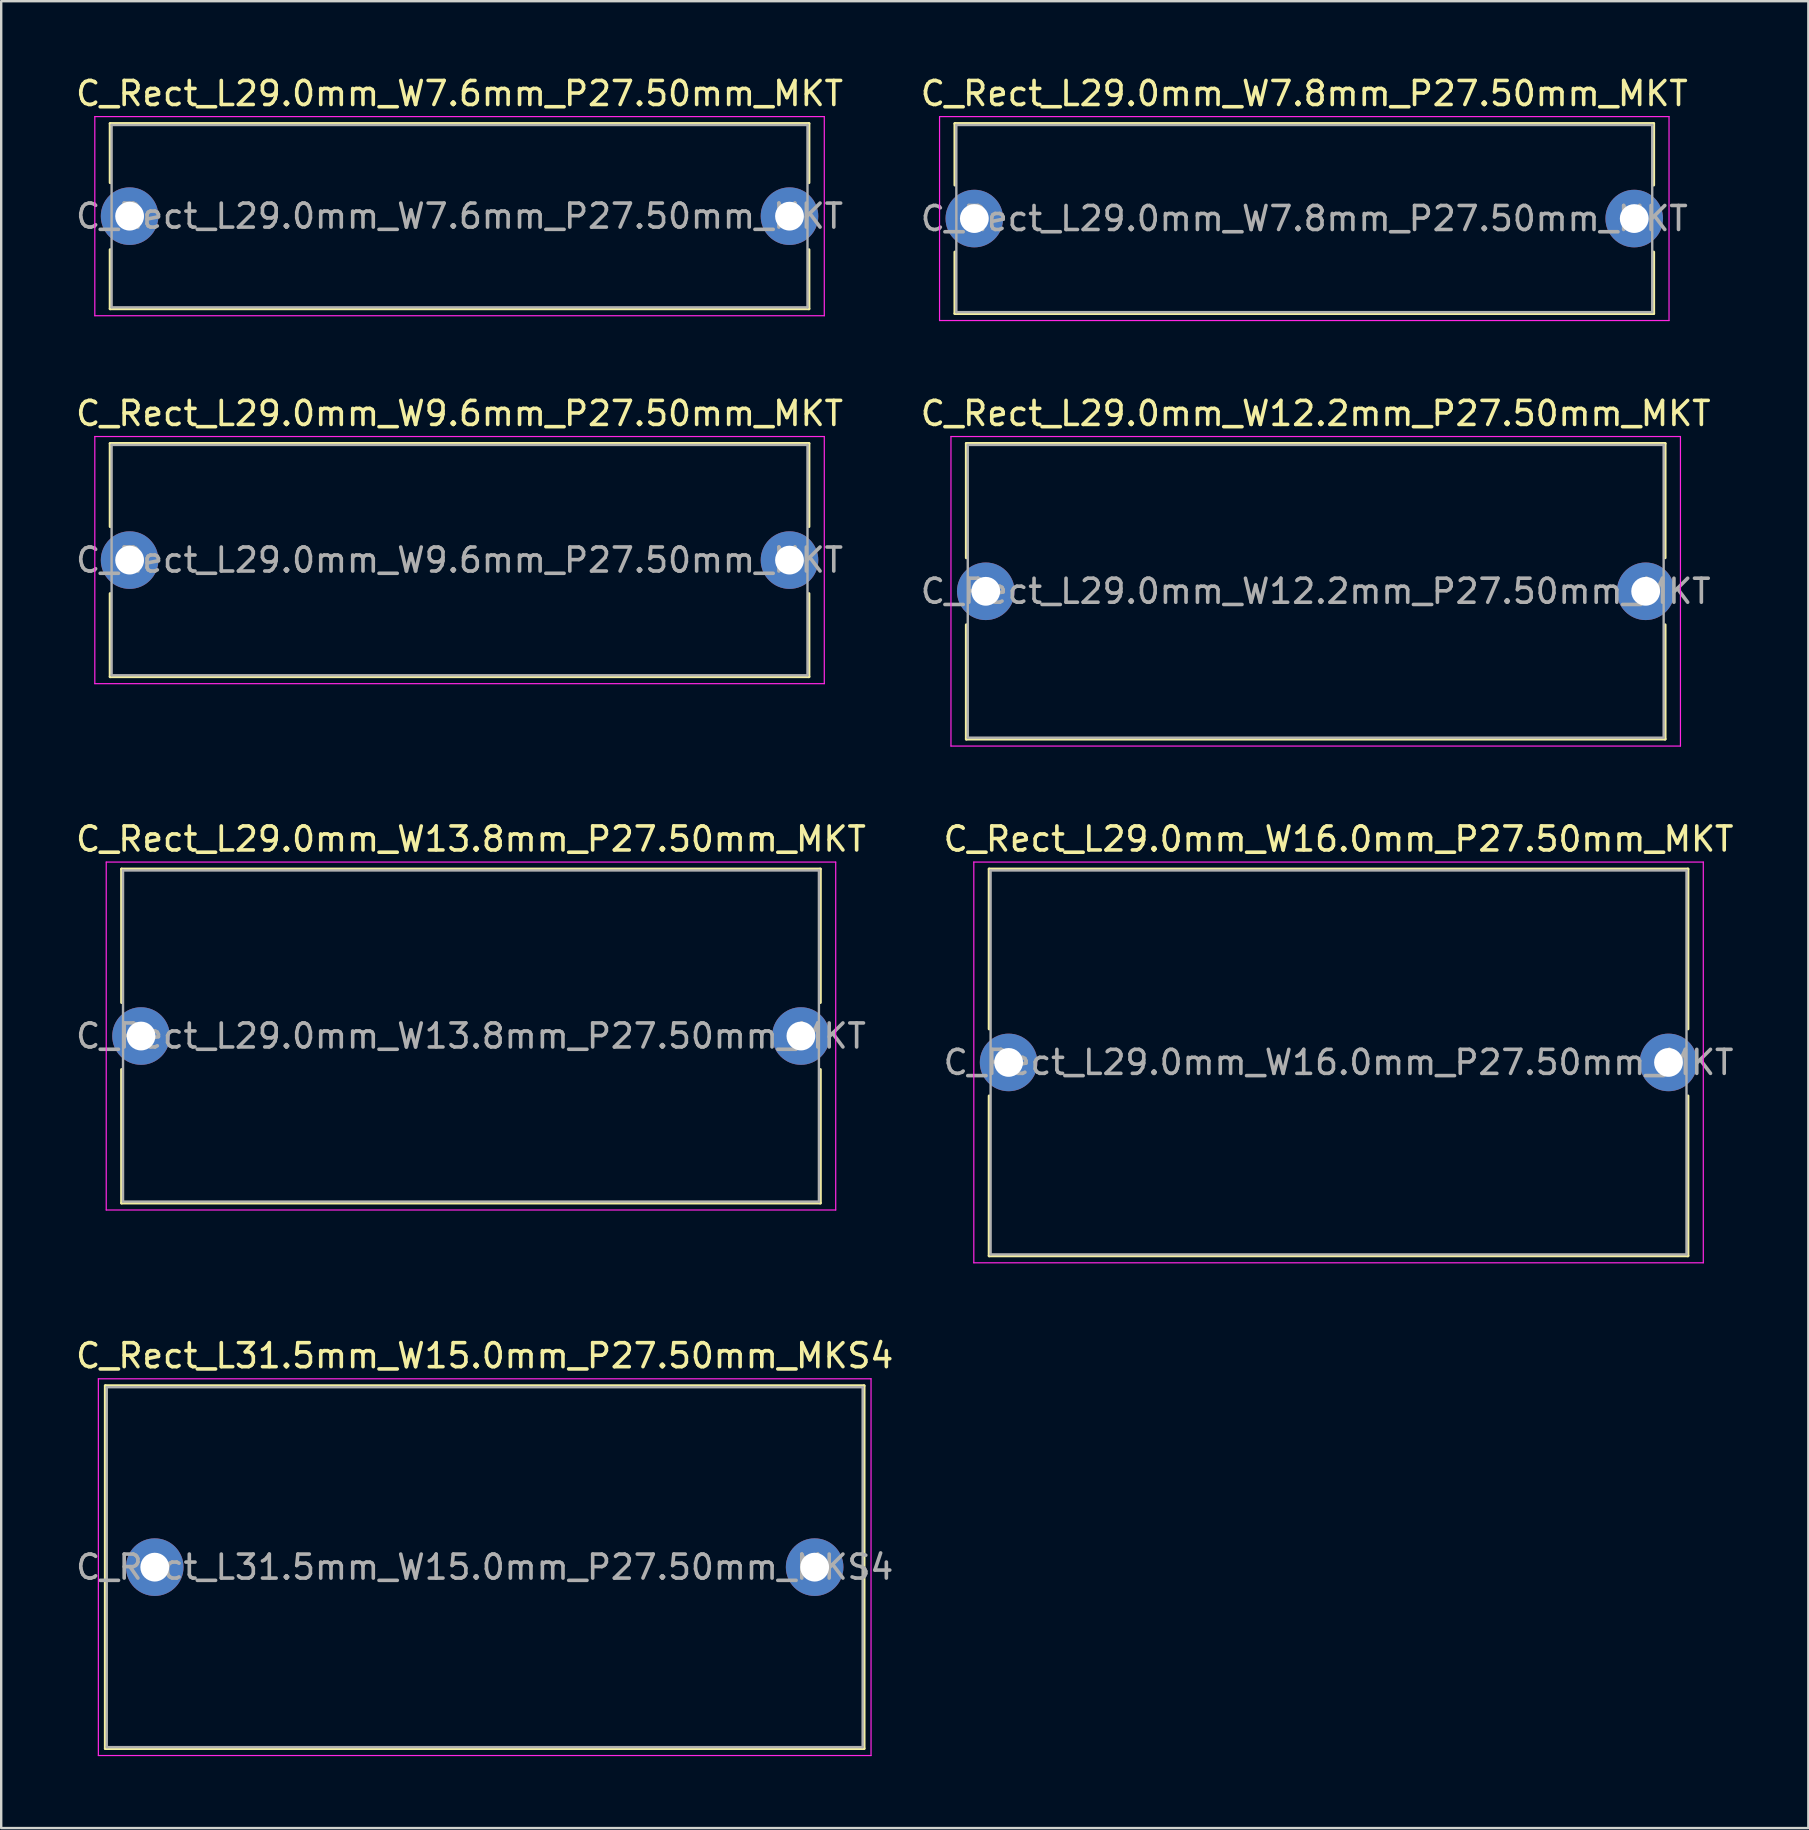
<source format=kicad_pcb>
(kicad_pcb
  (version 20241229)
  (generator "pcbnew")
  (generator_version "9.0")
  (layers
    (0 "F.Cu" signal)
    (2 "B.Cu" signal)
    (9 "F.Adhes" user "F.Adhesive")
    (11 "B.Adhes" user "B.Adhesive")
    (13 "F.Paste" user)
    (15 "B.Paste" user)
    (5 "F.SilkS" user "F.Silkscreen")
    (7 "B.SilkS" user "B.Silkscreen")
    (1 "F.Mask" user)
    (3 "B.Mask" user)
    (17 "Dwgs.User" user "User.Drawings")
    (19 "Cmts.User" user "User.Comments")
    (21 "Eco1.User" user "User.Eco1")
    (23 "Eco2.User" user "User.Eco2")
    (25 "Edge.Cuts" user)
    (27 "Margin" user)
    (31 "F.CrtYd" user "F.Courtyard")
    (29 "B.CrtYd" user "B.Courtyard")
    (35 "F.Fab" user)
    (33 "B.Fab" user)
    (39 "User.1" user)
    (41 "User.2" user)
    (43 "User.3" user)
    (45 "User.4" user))
  (footprint "C_Rect_L29.0mm_W7.8mm_P27.50mm_MKT"
    (layer "F.Cu")
    (at 37.554 6.058)
    (property "Reference" "C_Rect_L29.0mm_W7.8mm_P27.50mm_MKT" (at 13.75 -5.21 0) (layer "F.SilkS") (effects (font (size 1 1) (thickness 0.15))))
    (attr through_hole)
    (fp_line (start -0.81 -3.96) (end -0.81 -1.395) (stroke (width 0.12) (type solid)) (layer "F.SilkS"))
    (fp_line (start -0.81 -3.96) (end 28.31 -3.96) (stroke (width 0.12) (type solid)) (layer "F.SilkS"))
    (fp_line (start -0.81 1.395) (end -0.81 3.96) (stroke (width 0.12) (type solid)) (layer "F.SilkS"))
    (fp_line (start -0.81 3.96) (end 28.31 3.96) (stroke (width 0.12) (type solid)) (layer "F.SilkS"))
    (fp_line (start 28.31 -3.96) (end 28.31 -1.395) (stroke (width 0.12) (type solid)) (layer "F.SilkS"))
    (fp_line (start 28.31 1.395) (end 28.31 3.96) (stroke (width 0.12) (type solid)) (layer "F.SilkS"))
    (fp_line (start -1.45 -4.25) (end -1.45 4.25) (stroke (width 0.05) (type solid)) (layer "F.CrtYd"))
    (fp_line (start -1.45 4.25) (end 28.95 4.25) (stroke (width 0.05) (type solid)) (layer "F.CrtYd"))
    (fp_line (start 28.95 -4.25) (end -1.45 -4.25) (stroke (width 0.05) (type solid)) (layer "F.CrtYd"))
    (fp_line (start 28.95 4.25) (end 28.95 -4.25) (stroke (width 0.05) (type solid)) (layer "F.CrtYd"))
    (fp_line (start -0.75 -3.9) (end -0.75 3.9) (stroke (width 0.1) (type solid)) (layer "F.Fab"))
    (fp_line (start -0.75 3.9) (end 28.25 3.9) (stroke (width 0.1) (type solid)) (layer "F.Fab"))
    (fp_line (start 28.25 -3.9) (end -0.75 -3.9) (stroke (width 0.1) (type solid)) (layer "F.Fab"))
    (fp_line (start 28.25 3.9) (end 28.25 -3.9) (stroke (width 0.1) (type solid)) (layer "F.Fab"))
    (fp_text user "${REFERENCE}" (at 13.75 0 0) (layer "F.Fab") (effects (font (size 1 1) (thickness 0.15))))
    (pad "1" thru_hole circle (at 0 0) (size 2.4 2.4) (drill 1.2) (layers "*.Cu" "*.Mask"))
    (pad "2" thru_hole circle (at 27.5 0) (size 2.4 2.4) (drill 1.2) (layers "*.Cu" "*.Mask")))
  (footprint "C_Rect_L29.0mm_W12.2mm_P27.50mm_MKT"
    (layer "F.Cu")
    (at 38.03 21.591)
    (property "Reference" "C_Rect_L29.0mm_W12.2mm_P27.50mm_MKT" (at 13.75 -7.41 0) (layer "F.SilkS") (effects (font (size 1 1) (thickness 0.15))))
    (attr through_hole)
    (fp_line (start -0.81 -6.16) (end -0.81 -1.395) (stroke (width 0.12) (type solid)) (layer "F.SilkS"))
    (fp_line (start -0.81 -6.16) (end 28.31 -6.16) (stroke (width 0.12) (type solid)) (layer "F.SilkS"))
    (fp_line (start -0.81 1.395) (end -0.81 6.16) (stroke (width 0.12) (type solid)) (layer "F.SilkS"))
    (fp_line (start -0.81 6.16) (end 28.31 6.16) (stroke (width 0.12) (type solid)) (layer "F.SilkS"))
    (fp_line (start 28.31 -6.16) (end 28.31 -1.395) (stroke (width 0.12) (type solid)) (layer "F.SilkS"))
    (fp_line (start 28.31 1.395) (end 28.31 6.16) (stroke (width 0.12) (type solid)) (layer "F.SilkS"))
    (fp_line (start -1.45 -6.45) (end -1.45 6.45) (stroke (width 0.05) (type solid)) (layer "F.CrtYd"))
    (fp_line (start -1.45 6.45) (end 28.95 6.45) (stroke (width 0.05) (type solid)) (layer "F.CrtYd"))
    (fp_line (start 28.95 -6.45) (end -1.45 -6.45) (stroke (width 0.05) (type solid)) (layer "F.CrtYd"))
    (fp_line (start 28.95 6.45) (end 28.95 -6.45) (stroke (width 0.05) (type solid)) (layer "F.CrtYd"))
    (fp_line (start -0.75 -6.1) (end -0.75 6.1) (stroke (width 0.1) (type solid)) (layer "F.Fab"))
    (fp_line (start -0.75 6.1) (end 28.25 6.1) (stroke (width 0.1) (type solid)) (layer "F.Fab"))
    (fp_line (start 28.25 -6.1) (end -0.75 -6.1) (stroke (width 0.1) (type solid)) (layer "F.Fab"))
    (fp_line (start 28.25 6.1) (end 28.25 -6.1) (stroke (width 0.1) (type solid)) (layer "F.Fab"))
    (fp_text user "${REFERENCE}" (at 13.75 0 0) (layer "F.Fab") (effects (font (size 1 1) (thickness 0.15))))
    (pad "1" thru_hole circle (at 0 0) (size 2.4 2.4) (drill 1.2) (layers "*.Cu" "*.Mask"))
    (pad "2" thru_hole circle (at 27.5 0) (size 2.4 2.4) (drill 1.2) (layers "*.Cu" "*.Mask")))
  (footprint "C_Rect_L31.5mm_W15.0mm_P27.50mm_MKS4"
    (layer "F.Cu")
    (at 3.399 62.258)
    (property "Reference" "C_Rect_L31.5mm_W15.0mm_P27.50mm_MKS4" (at 13.75 -8.81 0) (layer "F.SilkS") (effects (font (size 1 1) (thickness 0.15))))
    (attr through_hole)
    (fp_line (start -2.06 -7.56) (end -2.06 7.56) (stroke (width 0.12) (type solid)) (layer "F.SilkS"))
    (fp_line (start -2.06 -7.56) (end 29.56 -7.56) (stroke (width 0.12) (type solid)) (layer "F.SilkS"))
    (fp_line (start -2.06 7.56) (end 29.56 7.56) (stroke (width 0.12) (type solid)) (layer "F.SilkS"))
    (fp_line (start 29.56 -7.56) (end 29.56 7.56) (stroke (width 0.12) (type solid)) (layer "F.SilkS"))
    (fp_line (start -2.35 -7.85) (end -2.35 7.85) (stroke (width 0.05) (type solid)) (layer "F.CrtYd"))
    (fp_line (start -2.35 7.85) (end 29.85 7.85) (stroke (width 0.05) (type solid)) (layer "F.CrtYd"))
    (fp_line (start 29.85 -7.85) (end -2.35 -7.85) (stroke (width 0.05) (type solid)) (layer "F.CrtYd"))
    (fp_line (start 29.85 7.85) (end 29.85 -7.85) (stroke (width 0.05) (type solid)) (layer "F.CrtYd"))
    (fp_line (start -2 -7.5) (end -2 7.5) (stroke (width 0.1) (type solid)) (layer "F.Fab"))
    (fp_line (start -2 7.5) (end 29.5 7.5) (stroke (width 0.1) (type solid)) (layer "F.Fab"))
    (fp_line (start 29.5 -7.5) (end -2 -7.5) (stroke (width 0.1) (type solid)) (layer "F.Fab"))
    (fp_line (start 29.5 7.5) (end 29.5 -7.5) (stroke (width 0.1) (type solid)) (layer "F.Fab"))
    (fp_text user "${REFERENCE}" (at 13.75 0 0) (layer "F.Fab") (effects (font (size 1 1) (thickness 0.15))))
    (pad "1" thru_hole circle (at 0 0) (size 2.4 2.4) (drill 1.2) (layers "*.Cu" "*.Mask"))
    (pad "2" thru_hole circle (at 27.5 0) (size 2.4 2.4) (drill 1.2) (layers "*.Cu" "*.Mask")))
  (footprint "C_Rect_L29.0mm_W13.8mm_P27.50mm_MKT"
    (layer "F.Cu")
    (at 2.827 40.125)
    (property "Reference" "C_Rect_L29.0mm_W13.8mm_P27.50mm_MKT" (at 13.75 -8.21 0) (layer "F.SilkS") (effects (font (size 1 1) (thickness 0.15))))
    (attr through_hole)
    (fp_line (start -0.81 -6.96) (end -0.81 -1.395) (stroke (width 0.12) (type solid)) (layer "F.SilkS"))
    (fp_line (start -0.81 -6.96) (end 28.31 -6.96) (stroke (width 0.12) (type solid)) (layer "F.SilkS"))
    (fp_line (start -0.81 1.395) (end -0.81 6.96) (stroke (width 0.12) (type solid)) (layer "F.SilkS"))
    (fp_line (start -0.81 6.96) (end 28.31 6.96) (stroke (width 0.12) (type solid)) (layer "F.SilkS"))
    (fp_line (start 28.31 -6.96) (end 28.31 -1.395) (stroke (width 0.12) (type solid)) (layer "F.SilkS"))
    (fp_line (start 28.31 1.395) (end 28.31 6.96) (stroke (width 0.12) (type solid)) (layer "F.SilkS"))
    (fp_line (start -1.45 -7.25) (end -1.45 7.25) (stroke (width 0.05) (type solid)) (layer "F.CrtYd"))
    (fp_line (start -1.45 7.25) (end 28.95 7.25) (stroke (width 0.05) (type solid)) (layer "F.CrtYd"))
    (fp_line (start 28.95 -7.25) (end -1.45 -7.25) (stroke (width 0.05) (type solid)) (layer "F.CrtYd"))
    (fp_line (start 28.95 7.25) (end 28.95 -7.25) (stroke (width 0.05) (type solid)) (layer "F.CrtYd"))
    (fp_line (start -0.75 -6.9) (end -0.75 6.9) (stroke (width 0.1) (type solid)) (layer "F.Fab"))
    (fp_line (start -0.75 6.9) (end 28.25 6.9) (stroke (width 0.1) (type solid)) (layer "F.Fab"))
    (fp_line (start 28.25 -6.9) (end -0.75 -6.9) (stroke (width 0.1) (type solid)) (layer "F.Fab"))
    (fp_line (start 28.25 6.9) (end 28.25 -6.9) (stroke (width 0.1) (type solid)) (layer "F.Fab"))
    (fp_text user "${REFERENCE}" (at 13.75 0 0) (layer "F.Fab") (effects (font (size 1 1) (thickness 0.15))))
    (pad "1" thru_hole circle (at 0 0) (size 2.4 2.4) (drill 1.2) (layers "*.Cu" "*.Mask"))
    (pad "2" thru_hole circle (at 27.5 0) (size 2.4 2.4) (drill 1.2) (layers "*.Cu" "*.Mask")))
  (footprint "C_Rect_L29.0mm_W9.6mm_P27.50mm_MKT"
    (layer "F.Cu")
    (at 2.351 20.291)
    (property "Reference" "C_Rect_L29.0mm_W9.6mm_P27.50mm_MKT" (at 13.75 -6.11 0) (layer "F.SilkS") (effects (font (size 1 1) (thickness 0.15))))
    (attr through_hole)
    (fp_line (start -0.81 -4.86) (end -0.81 -1.395) (stroke (width 0.12) (type solid)) (layer "F.SilkS"))
    (fp_line (start -0.81 -4.86) (end 28.31 -4.86) (stroke (width 0.12) (type solid)) (layer "F.SilkS"))
    (fp_line (start -0.81 1.395) (end -0.81 4.86) (stroke (width 0.12) (type solid)) (layer "F.SilkS"))
    (fp_line (start -0.81 4.86) (end 28.31 4.86) (stroke (width 0.12) (type solid)) (layer "F.SilkS"))
    (fp_line (start 28.31 -4.86) (end 28.31 -1.395) (stroke (width 0.12) (type solid)) (layer "F.SilkS"))
    (fp_line (start 28.31 1.395) (end 28.31 4.86) (stroke (width 0.12) (type solid)) (layer "F.SilkS"))
    (fp_line (start -1.45 -5.15) (end -1.45 5.15) (stroke (width 0.05) (type solid)) (layer "F.CrtYd"))
    (fp_line (start -1.45 5.15) (end 28.95 5.15) (stroke (width 0.05) (type solid)) (layer "F.CrtYd"))
    (fp_line (start 28.95 -5.15) (end -1.45 -5.15) (stroke (width 0.05) (type solid)) (layer "F.CrtYd"))
    (fp_line (start 28.95 5.15) (end 28.95 -5.15) (stroke (width 0.05) (type solid)) (layer "F.CrtYd"))
    (fp_line (start -0.75 -4.8) (end -0.75 4.8) (stroke (width 0.1) (type solid)) (layer "F.Fab"))
    (fp_line (start -0.75 4.8) (end 28.25 4.8) (stroke (width 0.1) (type solid)) (layer "F.Fab"))
    (fp_line (start 28.25 -4.8) (end -0.75 -4.8) (stroke (width 0.1) (type solid)) (layer "F.Fab"))
    (fp_line (start 28.25 4.8) (end 28.25 -4.8) (stroke (width 0.1) (type solid)) (layer "F.Fab"))
    (fp_text user "${REFERENCE}" (at 13.75 0 0) (layer "F.Fab") (effects (font (size 1 1) (thickness 0.15))))
    (pad "1" thru_hole circle (at 0 0) (size 2.4 2.4) (drill 1.2) (layers "*.Cu" "*.Mask"))
    (pad "2" thru_hole circle (at 27.5 0) (size 2.4 2.4) (drill 1.2) (layers "*.Cu" "*.Mask")))
  (footprint "C_Rect_L29.0mm_W7.6mm_P27.50mm_MKT"
    (layer "F.Cu")
    (at 2.351 5.958)
    (property "Reference" "C_Rect_L29.0mm_W7.6mm_P27.50mm_MKT" (at 13.75 -5.11 0) (layer "F.SilkS") (effects (font (size 1 1) (thickness 0.15))))
    (attr through_hole)
    (fp_line (start -0.81 -3.86) (end -0.81 -1.395) (stroke (width 0.12) (type solid)) (layer "F.SilkS"))
    (fp_line (start -0.81 -3.86) (end 28.31 -3.86) (stroke (width 0.12) (type solid)) (layer "F.SilkS"))
    (fp_line (start -0.81 1.395) (end -0.81 3.86) (stroke (width 0.12) (type solid)) (layer "F.SilkS"))
    (fp_line (start -0.81 3.86) (end 28.31 3.86) (stroke (width 0.12) (type solid)) (layer "F.SilkS"))
    (fp_line (start 28.31 -3.86) (end 28.31 -1.395) (stroke (width 0.12) (type solid)) (layer "F.SilkS"))
    (fp_line (start 28.31 1.395) (end 28.31 3.86) (stroke (width 0.12) (type solid)) (layer "F.SilkS"))
    (fp_line (start -1.45 -4.15) (end -1.45 4.15) (stroke (width 0.05) (type solid)) (layer "F.CrtYd"))
    (fp_line (start -1.45 4.15) (end 28.95 4.15) (stroke (width 0.05) (type solid)) (layer "F.CrtYd"))
    (fp_line (start 28.95 -4.15) (end -1.45 -4.15) (stroke (width 0.05) (type solid)) (layer "F.CrtYd"))
    (fp_line (start 28.95 4.15) (end 28.95 -4.15) (stroke (width 0.05) (type solid)) (layer "F.CrtYd"))
    (fp_line (start -0.75 -3.8) (end -0.75 3.8) (stroke (width 0.1) (type solid)) (layer "F.Fab"))
    (fp_line (start -0.75 3.8) (end 28.25 3.8) (stroke (width 0.1) (type solid)) (layer "F.Fab"))
    (fp_line (start 28.25 -3.8) (end -0.75 -3.8) (stroke (width 0.1) (type solid)) (layer "F.Fab"))
    (fp_line (start 28.25 3.8) (end 28.25 -3.8) (stroke (width 0.1) (type solid)) (layer "F.Fab"))
    (fp_text user "${REFERENCE}" (at 13.75 0 0) (layer "F.Fab") (effects (font (size 1 1) (thickness 0.15))))
    (pad "1" thru_hole circle (at 0 0) (size 2.4 2.4) (drill 1.2) (layers "*.Cu" "*.Mask"))
    (pad "2" thru_hole circle (at 27.5 0) (size 2.4 2.4) (drill 1.2) (layers "*.Cu" "*.Mask")))
  (footprint "C_Rect_L29.0mm_W16.0mm_P27.50mm_MKT"
    (layer "F.Cu")
    (at 38.982 41.225)
    (property "Reference" "C_Rect_L29.0mm_W16.0mm_P27.50mm_MKT" (at 13.75 -9.31 0) (layer "F.SilkS") (effects (font (size 1 1) (thickness 0.15))))
    (attr through_hole)
    (fp_line (start -0.81 -8.06) (end -0.81 -1.395) (stroke (width 0.12) (type solid)) (layer "F.SilkS"))
    (fp_line (start -0.81 -8.06) (end 28.31 -8.06) (stroke (width 0.12) (type solid)) (layer "F.SilkS"))
    (fp_line (start -0.81 1.395) (end -0.81 8.06) (stroke (width 0.12) (type solid)) (layer "F.SilkS"))
    (fp_line (start -0.81 8.06) (end 28.31 8.06) (stroke (width 0.12) (type solid)) (layer "F.SilkS"))
    (fp_line (start 28.31 -8.06) (end 28.31 -1.395) (stroke (width 0.12) (type solid)) (layer "F.SilkS"))
    (fp_line (start 28.31 1.395) (end 28.31 8.06) (stroke (width 0.12) (type solid)) (layer "F.SilkS"))
    (fp_line (start -1.45 -8.35) (end -1.45 8.35) (stroke (width 0.05) (type solid)) (layer "F.CrtYd"))
    (fp_line (start -1.45 8.35) (end 28.95 8.35) (stroke (width 0.05) (type solid)) (layer "F.CrtYd"))
    (fp_line (start 28.95 -8.35) (end -1.45 -8.35) (stroke (width 0.05) (type solid)) (layer "F.CrtYd"))
    (fp_line (start 28.95 8.35) (end 28.95 -8.35) (stroke (width 0.05) (type solid)) (layer "F.CrtYd"))
    (fp_line (start -0.75 -8) (end -0.75 8) (stroke (width 0.1) (type solid)) (layer "F.Fab"))
    (fp_line (start -0.75 8) (end 28.25 8) (stroke (width 0.1) (type solid)) (layer "F.Fab"))
    (fp_line (start 28.25 -8) (end -0.75 -8) (stroke (width 0.1) (type solid)) (layer "F.Fab"))
    (fp_line (start 28.25 8) (end 28.25 -8) (stroke (width 0.1) (type solid)) (layer "F.Fab"))
    (fp_text user "${REFERENCE}" (at 13.75 0 0) (layer "F.Fab") (effects (font (size 1 1) (thickness 0.15))))
    (pad "1" thru_hole circle (at 0 0) (size 2.4 2.4) (drill 1.2) (layers "*.Cu" "*.Mask"))
    (pad "2" thru_hole circle (at 27.5 0) (size 2.4 2.4) (drill 1.2) (layers "*.Cu" "*.Mask")))
  (gr_rect
    (start -3 -3)
    (end 72.31 73.133)
    (stroke (width 0.1) (type default))
    (fill no)
    (layer "Edge.Cuts")))
</source>
